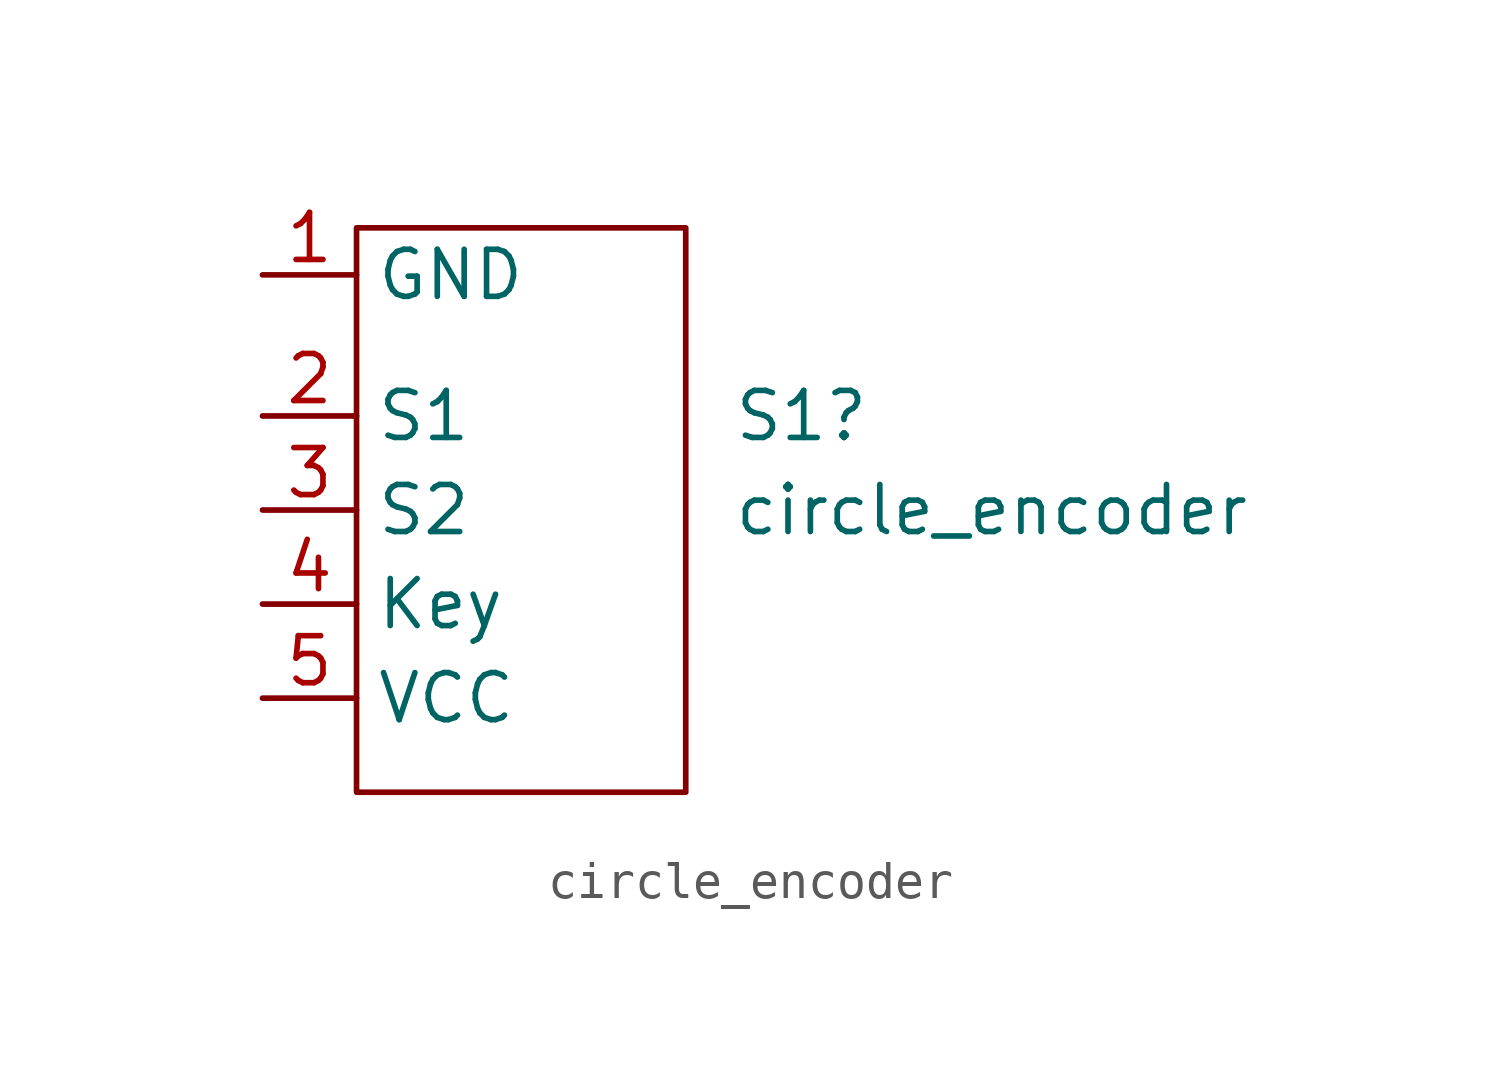
<source format=kicad_sym>
(kicad_symbol_lib
  (version 20211014)
  (generator kicad_symbol_editor)
  (symbol "circle_encoder"
    (property "Reference" "S1"
      (at 6.35 -2.54 0)
      (effects (font (size 1.27 1.27)) (justify left)))
    (property "Value" "circle_encoder"
      (at 6.35 -5.08 0)
      (effects (font (size 1.27 1.27)) (justify left)))
    (symbol "circle_encoder_0_1"
      (rectangle (start -3.81 2.54) (end 5.08 -12.7) (stroke (width 0) (type default) (color 0 0 0 0)) (fill (type none))))
    (symbol "circle_encoder_1_1"
      (pin input line (at -6.35 1.27 0) (length 2.54) (name "GND" (effects (font (size 1.27 1.27)))) (number "1" (effects (font (size 1.27 1.27)))))
      (pin input line (at -6.35 -2.54 0) (length 2.54) (name "S1" (effects (font (size 1.27 1.27)))) (number "2" (effects (font (size 1.27 1.27)))))
      (pin input line (at -6.35 -5.08 0) (length 2.54) (name "S2" (effects (font (size 1.27 1.27)))) (number "3" (effects (font (size 1.27 1.27)))))
      (pin input line (at -6.35 -7.62 0) (length 2.54) (name "Key" (effects (font (size 1.27 1.27)))) (number "4" (effects (font (size 1.27 1.27)))))
      (pin input line (at -6.35 -10.16 0) (length 2.54) (name "VCC" (effects (font (size 1.27 1.27)))) (number "5" (effects (font (size 1.27 1.27))))))))
</source>
